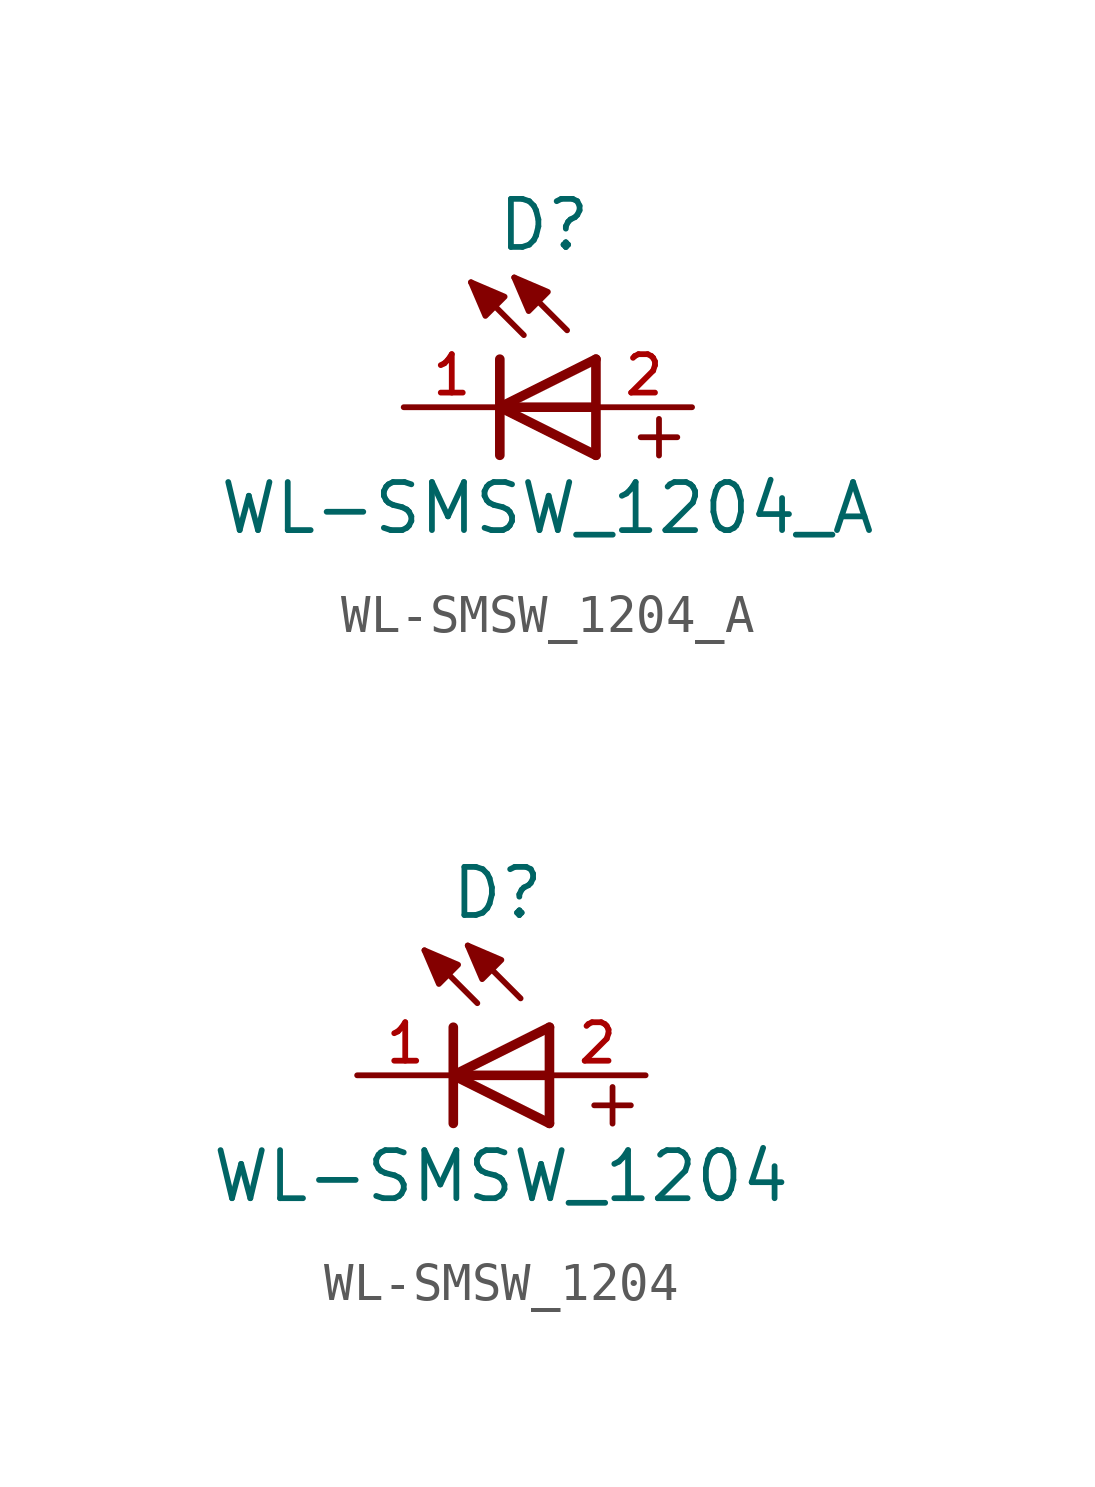
<source format=kicad_sym>
(kicad_symbol_lib
  (version 20211014)
  (generator kicad_symbol_editor)
  (symbol "WL-SMSW_1204_A"
    (pin_names
      (offset 1.016))
    (property "Reference" "D"
      (at 1.17 4.072 0)
      (effects (font (size 1.27 1.27)) (justify bottom)))
    (property "Value" "WL-SMSW_1204_A"
      (at 1.26 -3.41 0)
      (effects (font (size 1.27 1.27)) (justify bottom)))
    (symbol "WL-SMSW_1204_A_0_0"
      (text "+" (at 3.32 -1.44 0) (effects (font (size 1.27 1.27)) (justify bottom left)))
      (polyline (pts (xy 2.54 -1.27) (xy 0.0 0.0)) (stroke (width 0.254)))
      (polyline (pts (xy 0.0 0.0) (xy 2.54 1.27)) (stroke (width 0.254)))
      (polyline (pts (xy 0.0 -1.27) (xy 0.0 1.27)) (stroke (width 0.254)))
      (polyline (pts (xy 2.54 -1.27) (xy 2.54 1.27)) (stroke (width 0.254)))
      (polyline (pts (xy 1.778 2.032) (xy 0.381 3.429)) (stroke (width 0.152)))
      (polyline (pts (xy 0.635 1.905) (xy -0.762 3.302)) (stroke (width 0.152)))
      (polyline (pts (xy 0.0 0.0) (xy 2.54 0.0)) (stroke (width 0.254)))
      (polyline (pts (xy 0.381 3.429) (xy 1.27 3.048) (xy 0.762 2.54) (xy 0.381 3.429)) (stroke (width 0.152)) (fill (type outline)))
      (polyline (pts (xy -0.762 3.302) (xy 0.127 2.921) (xy -0.381 2.413) (xy -0.762 3.302)) (stroke (width 0.152)) (fill (type outline)))
      (pin passive line (at -2.54 0.0 0) (length 2.54) (name "~" (effects (font (size 1.016 1.016)))) (number "1" (effects (font (size 1.016 1.016)))))
      (pin passive line (at 5.08 0.0 180.0) (length 2.54) (name "~" (effects (font (size 1.016 1.016)))) (number "2" (effects (font (size 1.016 1.016)))))))
  (symbol "WL-SMSW_1204"
    (pin_names
      (offset 1.016))
    (property "Reference" "D"
      (at 1.17 4.072 0)
      (effects (font (size 1.27 1.27)) (justify bottom)))
    (property "Value" "WL-SMSW_1204"
      (at 1.26 -3.41 0)
      (effects (font (size 1.27 1.27)) (justify bottom)))
    (symbol "WL-SMSW_1204_0_0"
      (text "+" (at 3.32 -1.44 0) (effects (font (size 1.27 1.27)) (justify bottom left)))
      (polyline (pts (xy 2.54 -1.27) (xy 0.0 0.0)) (stroke (width 0.254)))
      (polyline (pts (xy 0.0 0.0) (xy 2.54 1.27)) (stroke (width 0.254)))
      (polyline (pts (xy 0.0 -1.27) (xy 0.0 1.27)) (stroke (width 0.254)))
      (polyline (pts (xy 2.54 -1.27) (xy 2.54 1.27)) (stroke (width 0.254)))
      (polyline (pts (xy 1.778 2.032) (xy 0.381 3.429)) (stroke (width 0.152)))
      (polyline (pts (xy 0.635 1.905) (xy -0.762 3.302)) (stroke (width 0.152)))
      (polyline (pts (xy 0.0 0.0) (xy 2.54 0.0)) (stroke (width 0.254)))
      (polyline (pts (xy 0.381 3.429) (xy 1.27 3.048) (xy 0.762 2.54) (xy 0.381 3.429)) (stroke (width 0.152)) (fill (type outline)))
      (polyline (pts (xy -0.762 3.302) (xy 0.127 2.921) (xy -0.381 2.413) (xy -0.762 3.302)) (stroke (width 0.152)) (fill (type outline)))
      (pin passive line (at -2.54 0.0 0) (length 2.54) (name "~" (effects (font (size 1.016 1.016)))) (number "1" (effects (font (size 1.016 1.016)))))
      (pin passive line (at 5.08 0.0 180.0) (length 2.54) (name "~" (effects (font (size 1.016 1.016)))) (number "2" (effects (font (size 1.016 1.016))))))))
</source>
